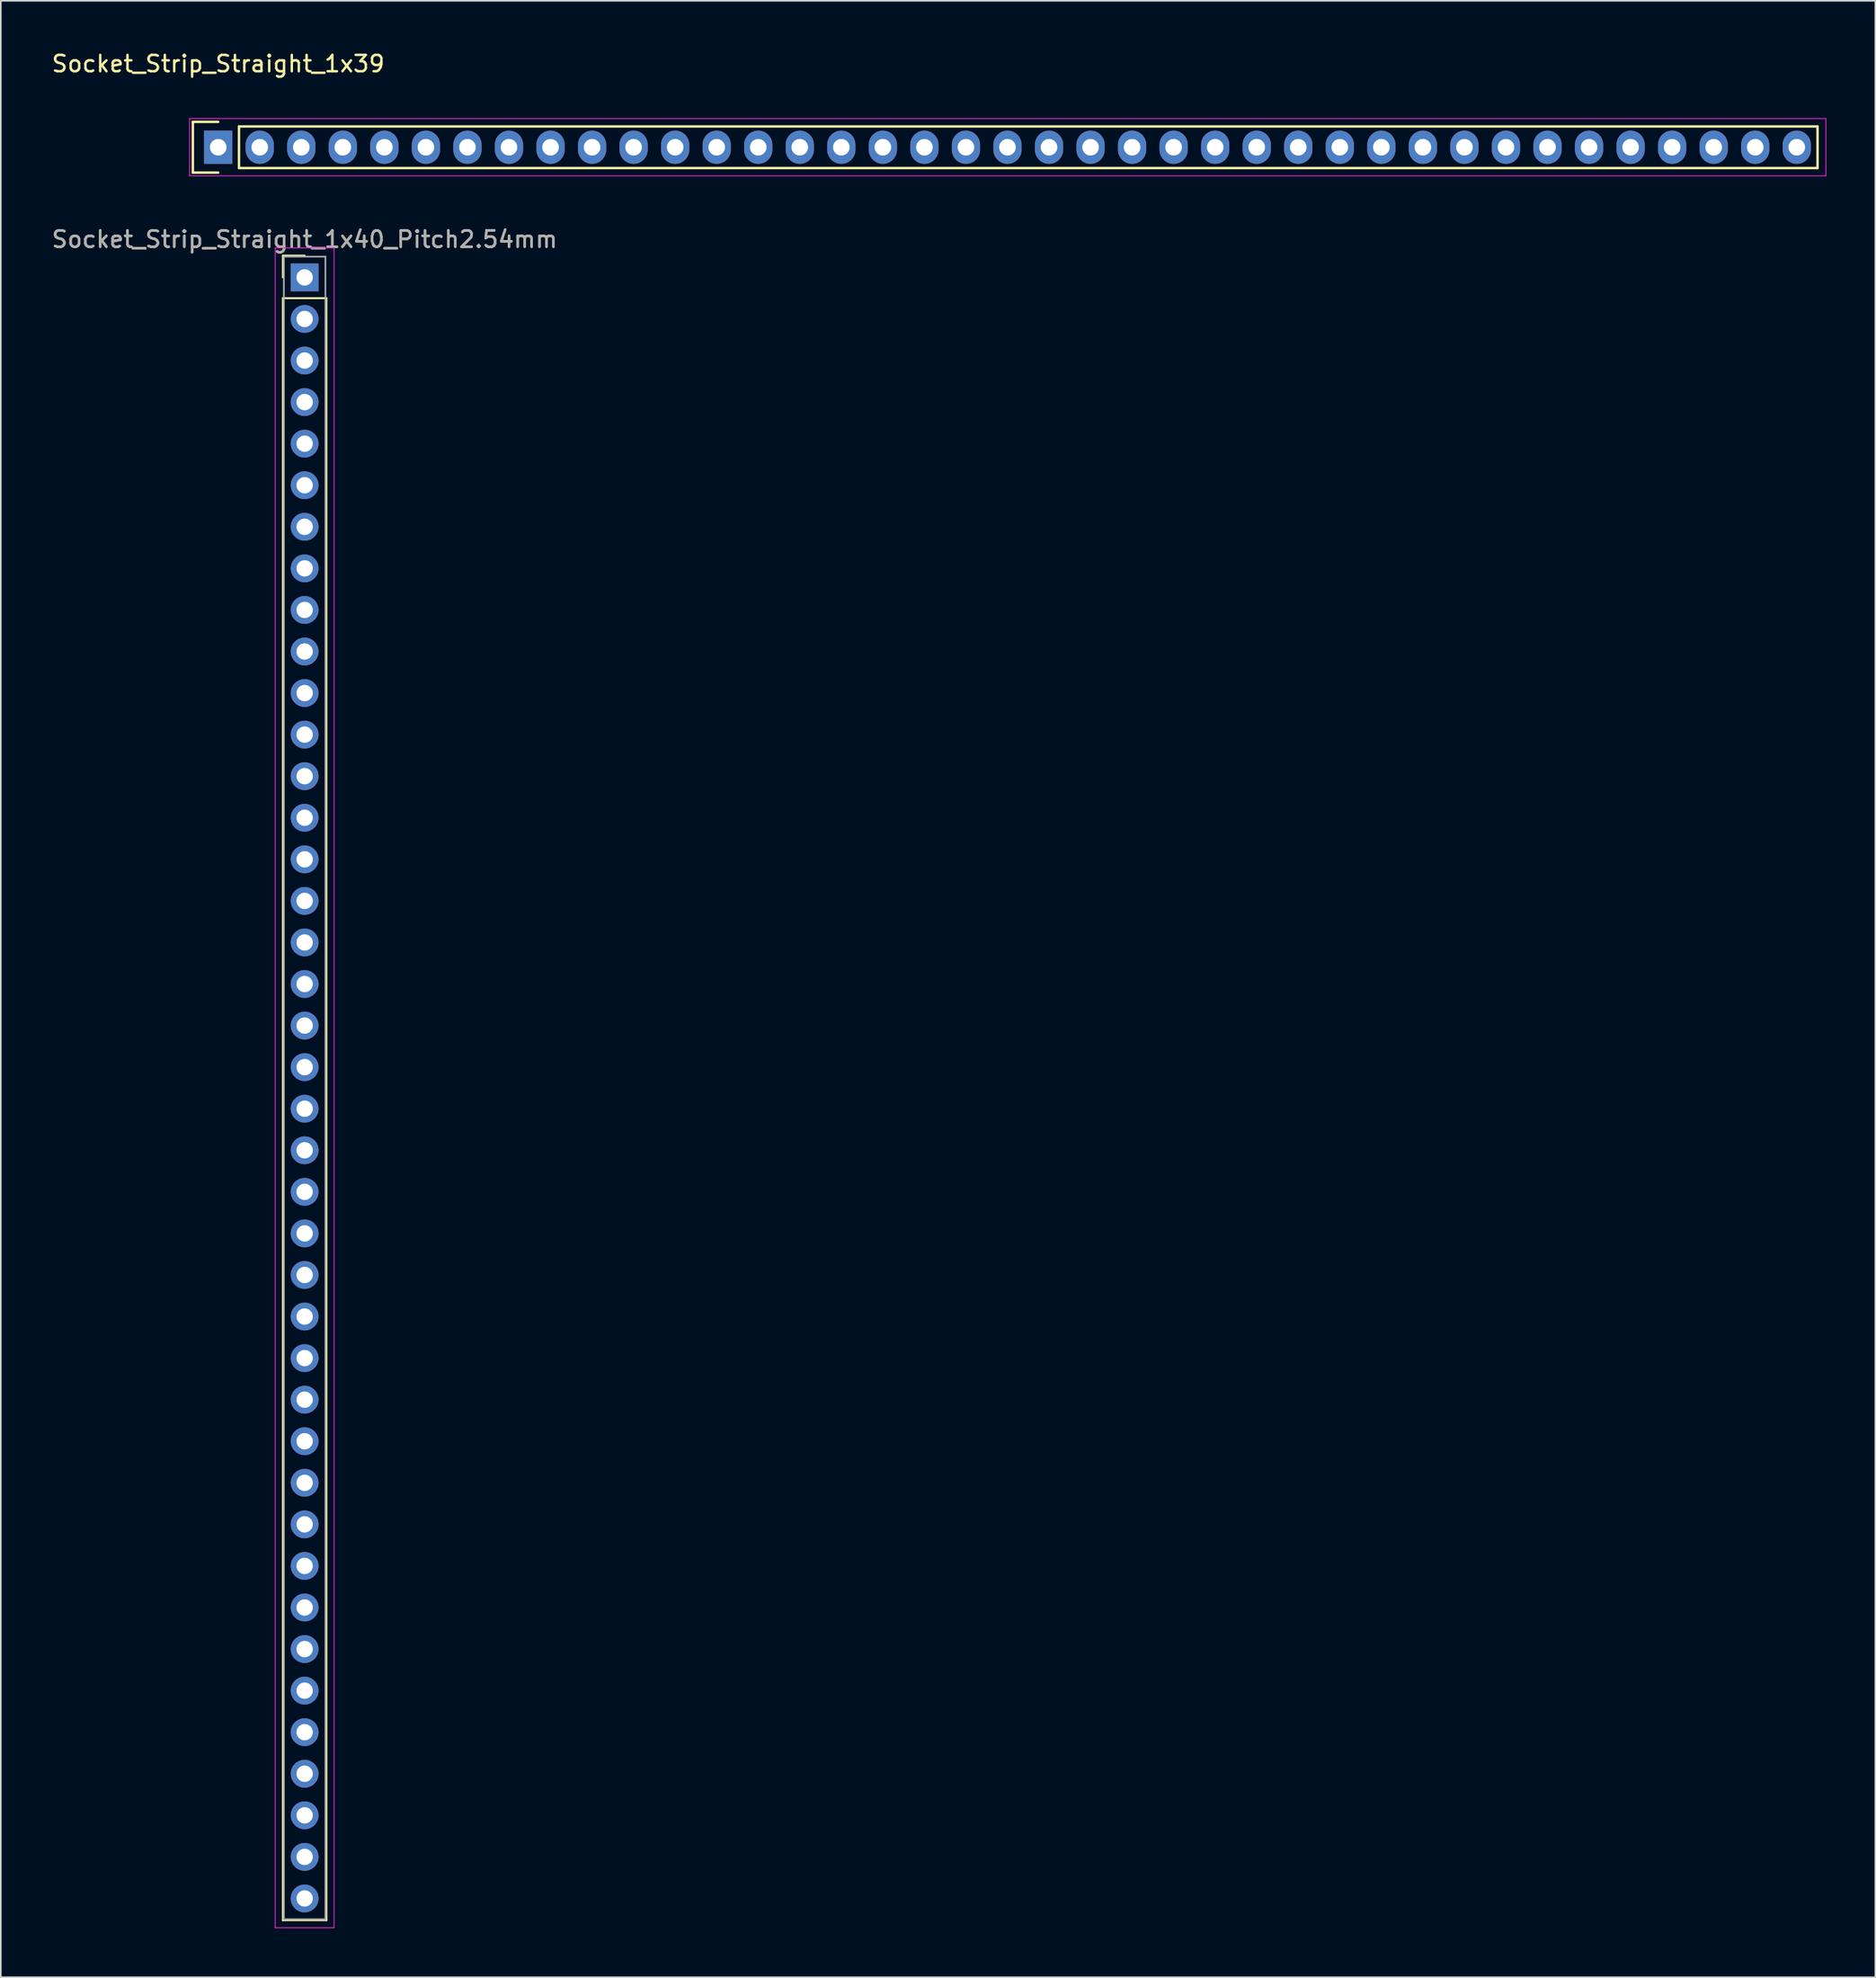
<source format=kicad_pcb>
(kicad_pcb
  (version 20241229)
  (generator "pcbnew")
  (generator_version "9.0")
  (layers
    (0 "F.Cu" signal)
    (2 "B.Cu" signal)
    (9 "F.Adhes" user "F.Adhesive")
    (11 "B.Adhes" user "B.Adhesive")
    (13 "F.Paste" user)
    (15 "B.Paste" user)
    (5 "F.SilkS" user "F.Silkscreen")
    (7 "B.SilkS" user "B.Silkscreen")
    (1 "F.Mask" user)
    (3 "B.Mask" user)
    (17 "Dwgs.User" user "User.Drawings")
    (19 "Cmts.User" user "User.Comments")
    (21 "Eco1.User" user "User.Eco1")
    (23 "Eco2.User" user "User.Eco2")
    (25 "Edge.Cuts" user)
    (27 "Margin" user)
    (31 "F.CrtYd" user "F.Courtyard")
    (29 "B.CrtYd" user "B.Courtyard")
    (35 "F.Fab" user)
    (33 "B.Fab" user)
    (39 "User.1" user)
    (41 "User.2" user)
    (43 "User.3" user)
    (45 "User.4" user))
  (footprint "Socket_Strip_Straight_1x39"
    (layer "F.Cu")
    (at 10.292 5.948)
    (property "Reference" "Socket_Strip_Straight_1x39" (at 0 -5.1 0) (layer "F.SilkS") (effects (font (size 1 1) (thickness 0.15))))
    (attr through_hole)
    (fp_line (start -1.55 -1.55) (end -1.55 1.55) (stroke (width 0.15) (type solid)) (layer "F.SilkS"))
    (fp_line (start -1.55 1.55) (end 0 1.55) (stroke (width 0.15) (type solid)) (layer "F.SilkS"))
    (fp_line (start 0 -1.55) (end -1.55 -1.55) (stroke (width 0.15) (type solid)) (layer "F.SilkS"))
    (fp_line (start 1.27 -1.27) (end 97.79 -1.27) (stroke (width 0.15) (type solid)) (layer "F.SilkS"))
    (fp_line (start 1.27 1.27) (end 1.27 -1.27) (stroke (width 0.15) (type solid)) (layer "F.SilkS"))
    (fp_line (start 97.79 -1.27) (end 97.79 1.27) (stroke (width 0.15) (type solid)) (layer "F.SilkS"))
    (fp_line (start 97.79 1.27) (end 1.27 1.27) (stroke (width 0.15) (type solid)) (layer "F.SilkS"))
    (fp_line (start -1.75 -1.75) (end -1.75 1.75) (stroke (width 0.05) (type solid)) (layer "F.CrtYd"))
    (fp_line (start -1.75 -1.75) (end 98.3 -1.75) (stroke (width 0.05) (type solid)) (layer "F.CrtYd"))
    (fp_line (start -1.75 1.75) (end 98.3 1.75) (stroke (width 0.05) (type solid)) (layer "F.CrtYd"))
    (fp_line (start 98.3 -1.75) (end 98.3 1.75) (stroke (width 0.05) (type solid)) (layer "F.CrtYd"))
    (pad "1" thru_hole rect (at 0 0) (size 1.727 2.032) (drill 1.016) (layers "*.Cu" "*.Mask"))
    (pad "2" thru_hole oval (at 2.54 0) (size 1.727 2.032) (drill 1.016) (layers "*.Cu" "*.Mask"))
    (pad "3" thru_hole oval (at 5.08 0) (size 1.727 2.032) (drill 1.016) (layers "*.Cu" "*.Mask"))
    (pad "4" thru_hole oval (at 7.62 0) (size 1.727 2.032) (drill 1.016) (layers "*.Cu" "*.Mask"))
    (pad "5" thru_hole oval (at 10.16 0) (size 1.727 2.032) (drill 1.016) (layers "*.Cu" "*.Mask"))
    (pad "6" thru_hole oval (at 12.7 0) (size 1.727 2.032) (drill 1.016) (layers "*.Cu" "*.Mask"))
    (pad "7" thru_hole oval (at 15.24 0) (size 1.727 2.032) (drill 1.016) (layers "*.Cu" "*.Mask"))
    (pad "8" thru_hole oval (at 17.78 0) (size 1.727 2.032) (drill 1.016) (layers "*.Cu" "*.Mask"))
    (pad "9" thru_hole oval (at 20.32 0) (size 1.727 2.032) (drill 1.016) (layers "*.Cu" "*.Mask"))
    (pad "10" thru_hole oval (at 22.86 0) (size 1.727 2.032) (drill 1.016) (layers "*.Cu" "*.Mask"))
    (pad "11" thru_hole oval (at 25.4 0) (size 1.727 2.032) (drill 1.016) (layers "*.Cu" "*.Mask"))
    (pad "12" thru_hole oval (at 27.94 0) (size 1.727 2.032) (drill 1.016) (layers "*.Cu" "*.Mask"))
    (pad "13" thru_hole oval (at 30.48 0) (size 1.727 2.032) (drill 1.016) (layers "*.Cu" "*.Mask"))
    (pad "14" thru_hole oval (at 33.02 0) (size 1.727 2.032) (drill 1.016) (layers "*.Cu" "*.Mask"))
    (pad "15" thru_hole oval (at 35.56 0) (size 1.727 2.032) (drill 1.016) (layers "*.Cu" "*.Mask"))
    (pad "16" thru_hole oval (at 38.1 0) (size 1.727 2.032) (drill 1.016) (layers "*.Cu" "*.Mask"))
    (pad "17" thru_hole oval (at 40.64 0) (size 1.727 2.032) (drill 1.016) (layers "*.Cu" "*.Mask"))
    (pad "18" thru_hole oval (at 43.18 0) (size 1.727 2.032) (drill 1.016) (layers "*.Cu" "*.Mask"))
    (pad "19" thru_hole oval (at 45.72 0) (size 1.727 2.032) (drill 1.016) (layers "*.Cu" "*.Mask"))
    (pad "20" thru_hole oval (at 48.26 0) (size 1.727 2.032) (drill 1.016) (layers "*.Cu" "*.Mask"))
    (pad "21" thru_hole oval (at 50.8 0) (size 1.727 2.032) (drill 1.016) (layers "*.Cu" "*.Mask"))
    (pad "22" thru_hole oval (at 53.34 0) (size 1.727 2.032) (drill 1.016) (layers "*.Cu" "*.Mask"))
    (pad "23" thru_hole oval (at 55.88 0) (size 1.727 2.032) (drill 1.016) (layers "*.Cu" "*.Mask"))
    (pad "24" thru_hole oval (at 58.42 0) (size 1.727 2.032) (drill 1.016) (layers "*.Cu" "*.Mask"))
    (pad "25" thru_hole oval (at 60.96 0) (size 1.727 2.032) (drill 1.016) (layers "*.Cu" "*.Mask"))
    (pad "26" thru_hole oval (at 63.5 0) (size 1.727 2.032) (drill 1.016) (layers "*.Cu" "*.Mask"))
    (pad "27" thru_hole oval (at 66.04 0) (size 1.727 2.032) (drill 1.016) (layers "*.Cu" "*.Mask"))
    (pad "28" thru_hole oval (at 68.58 0) (size 1.727 2.032) (drill 1.016) (layers "*.Cu" "*.Mask"))
    (pad "29" thru_hole oval (at 71.12 0) (size 1.727 2.032) (drill 1.016) (layers "*.Cu" "*.Mask"))
    (pad "30" thru_hole oval (at 73.66 0) (size 1.727 2.032) (drill 1.016) (layers "*.Cu" "*.Mask"))
    (pad "31" thru_hole oval (at 76.2 0) (size 1.727 2.032) (drill 1.016) (layers "*.Cu" "*.Mask"))
    (pad "32" thru_hole oval (at 78.74 0) (size 1.727 2.032) (drill 1.016) (layers "*.Cu" "*.Mask"))
    (pad "33" thru_hole oval (at 81.28 0) (size 1.727 2.032) (drill 1.016) (layers "*.Cu" "*.Mask"))
    (pad "34" thru_hole oval (at 83.82 0) (size 1.727 2.032) (drill 1.016) (layers "*.Cu" "*.Mask"))
    (pad "35" thru_hole oval (at 86.36 0) (size 1.727 2.032) (drill 1.016) (layers "*.Cu" "*.Mask"))
    (pad "36" thru_hole oval (at 88.9 0) (size 1.727 2.032) (drill 1.016) (layers "*.Cu" "*.Mask"))
    (pad "37" thru_hole oval (at 91.44 0) (size 1.727 2.032) (drill 1.016) (layers "*.Cu" "*.Mask"))
    (pad "38" thru_hole oval (at 93.98 0) (size 1.727 2.032) (drill 1.016) (layers "*.Cu" "*.Mask"))
    (pad "39" thru_hole oval (at 96.52 0) (size 1.727 2.032) (drill 1.016) (layers "*.Cu" "*.Mask")))
  (footprint "Socket_Strip_Straight_1x40_Pitch2.54mm"
    (layer "F.Cu")
    (at 15.577 13.902)
    (property "Reference" "Socket_Strip_Straight_1x40_Pitch2.54mm" (at 0 -2.33 0) (layer "F.SilkS") (effects (font (size 1 1) (thickness 0.15))))
    (attr through_hole)
    (fp_line (start -1.33 -1.33) (end 0 -1.33) (stroke (width 0.12) (type solid)) (layer "F.SilkS"))
    (fp_line (start -1.33 0) (end -1.33 -1.33) (stroke (width 0.12) (type solid)) (layer "F.SilkS"))
    (fp_line (start -1.33 1.27) (end -1.33 100.39) (stroke (width 0.12) (type solid)) (layer "F.SilkS"))
    (fp_line (start -1.33 100.39) (end 1.33 100.39) (stroke (width 0.12) (type solid)) (layer "F.SilkS"))
    (fp_line (start 1.33 1.27) (end -1.33 1.27) (stroke (width 0.12) (type solid)) (layer "F.SilkS"))
    (fp_line (start 1.33 100.39) (end 1.33 1.27) (stroke (width 0.12) (type solid)) (layer "F.SilkS"))
    (fp_line (start -1.8 -1.8) (end -1.8 100.85) (stroke (width 0.05) (type solid)) (layer "F.CrtYd"))
    (fp_line (start -1.8 100.85) (end 1.8 100.85) (stroke (width 0.05) (type solid)) (layer "F.CrtYd"))
    (fp_line (start 1.8 -1.8) (end -1.8 -1.8) (stroke (width 0.05) (type solid)) (layer "F.CrtYd"))
    (fp_line (start 1.8 100.85) (end 1.8 -1.8) (stroke (width 0.05) (type solid)) (layer "F.CrtYd"))
    (fp_line (start -1.27 -1.27) (end -1.27 100.33) (stroke (width 0.1) (type solid)) (layer "F.Fab"))
    (fp_line (start -1.27 100.33) (end 1.27 100.33) (stroke (width 0.1) (type solid)) (layer "F.Fab"))
    (fp_line (start 1.27 -1.27) (end -1.27 -1.27) (stroke (width 0.1) (type solid)) (layer "F.Fab"))
    (fp_line (start 1.27 100.33) (end 1.27 -1.27) (stroke (width 0.1) (type solid)) (layer "F.Fab"))
    (fp_text user "${REFERENCE}" (at 0 -2.33 0) (layer "F.Fab") (effects (font (size 1 1) (thickness 0.15))))
    (pad "1" thru_hole rect (at 0 0) (size 1.7 1.7) (drill 1) (layers "*.Cu" "*.Mask"))
    (pad "2" thru_hole oval (at 0 2.54) (size 1.7 1.7) (drill 1) (layers "*.Cu" "*.Mask"))
    (pad "3" thru_hole oval (at 0 5.08) (size 1.7 1.7) (drill 1) (layers "*.Cu" "*.Mask"))
    (pad "4" thru_hole oval (at 0 7.62) (size 1.7 1.7) (drill 1) (layers "*.Cu" "*.Mask"))
    (pad "5" thru_hole oval (at 0 10.16) (size 1.7 1.7) (drill 1) (layers "*.Cu" "*.Mask"))
    (pad "6" thru_hole oval (at 0 12.7) (size 1.7 1.7) (drill 1) (layers "*.Cu" "*.Mask"))
    (pad "7" thru_hole oval (at 0 15.24) (size 1.7 1.7) (drill 1) (layers "*.Cu" "*.Mask"))
    (pad "8" thru_hole oval (at 0 17.78) (size 1.7 1.7) (drill 1) (layers "*.Cu" "*.Mask"))
    (pad "9" thru_hole oval (at 0 20.32) (size 1.7 1.7) (drill 1) (layers "*.Cu" "*.Mask"))
    (pad "10" thru_hole oval (at 0 22.86) (size 1.7 1.7) (drill 1) (layers "*.Cu" "*.Mask"))
    (pad "11" thru_hole oval (at 0 25.4) (size 1.7 1.7) (drill 1) (layers "*.Cu" "*.Mask"))
    (pad "12" thru_hole oval (at 0 27.94) (size 1.7 1.7) (drill 1) (layers "*.Cu" "*.Mask"))
    (pad "13" thru_hole oval (at 0 30.48) (size 1.7 1.7) (drill 1) (layers "*.Cu" "*.Mask"))
    (pad "14" thru_hole oval (at 0 33.02) (size 1.7 1.7) (drill 1) (layers "*.Cu" "*.Mask"))
    (pad "15" thru_hole oval (at 0 35.56) (size 1.7 1.7) (drill 1) (layers "*.Cu" "*.Mask"))
    (pad "16" thru_hole oval (at 0 38.1) (size 1.7 1.7) (drill 1) (layers "*.Cu" "*.Mask"))
    (pad "17" thru_hole oval (at 0 40.64) (size 1.7 1.7) (drill 1) (layers "*.Cu" "*.Mask"))
    (pad "18" thru_hole oval (at 0 43.18) (size 1.7 1.7) (drill 1) (layers "*.Cu" "*.Mask"))
    (pad "19" thru_hole oval (at 0 45.72) (size 1.7 1.7) (drill 1) (layers "*.Cu" "*.Mask"))
    (pad "20" thru_hole oval (at 0 48.26) (size 1.7 1.7) (drill 1) (layers "*.Cu" "*.Mask"))
    (pad "21" thru_hole oval (at 0 50.8) (size 1.7 1.7) (drill 1) (layers "*.Cu" "*.Mask"))
    (pad "22" thru_hole oval (at 0 53.34) (size 1.7 1.7) (drill 1) (layers "*.Cu" "*.Mask"))
    (pad "23" thru_hole oval (at 0 55.88) (size 1.7 1.7) (drill 1) (layers "*.Cu" "*.Mask"))
    (pad "24" thru_hole oval (at 0 58.42) (size 1.7 1.7) (drill 1) (layers "*.Cu" "*.Mask"))
    (pad "25" thru_hole oval (at 0 60.96) (size 1.7 1.7) (drill 1) (layers "*.Cu" "*.Mask"))
    (pad "26" thru_hole oval (at 0 63.5) (size 1.7 1.7) (drill 1) (layers "*.Cu" "*.Mask"))
    (pad "27" thru_hole oval (at 0 66.04) (size 1.7 1.7) (drill 1) (layers "*.Cu" "*.Mask"))
    (pad "28" thru_hole oval (at 0 68.58) (size 1.7 1.7) (drill 1) (layers "*.Cu" "*.Mask"))
    (pad "29" thru_hole oval (at 0 71.12) (size 1.7 1.7) (drill 1) (layers "*.Cu" "*.Mask"))
    (pad "30" thru_hole oval (at 0 73.66) (size 1.7 1.7) (drill 1) (layers "*.Cu" "*.Mask"))
    (pad "31" thru_hole oval (at 0 76.2) (size 1.7 1.7) (drill 1) (layers "*.Cu" "*.Mask"))
    (pad "32" thru_hole oval (at 0 78.74) (size 1.7 1.7) (drill 1) (layers "*.Cu" "*.Mask"))
    (pad "33" thru_hole oval (at 0 81.28) (size 1.7 1.7) (drill 1) (layers "*.Cu" "*.Mask"))
    (pad "34" thru_hole oval (at 0 83.82) (size 1.7 1.7) (drill 1) (layers "*.Cu" "*.Mask"))
    (pad "35" thru_hole oval (at 0 86.36) (size 1.7 1.7) (drill 1) (layers "*.Cu" "*.Mask"))
    (pad "36" thru_hole oval (at 0 88.9) (size 1.7 1.7) (drill 1) (layers "*.Cu" "*.Mask"))
    (pad "37" thru_hole oval (at 0 91.44) (size 1.7 1.7) (drill 1) (layers "*.Cu" "*.Mask"))
    (pad "38" thru_hole oval (at 0 93.98) (size 1.7 1.7) (drill 1) (layers "*.Cu" "*.Mask"))
    (pad "39" thru_hole oval (at 0 96.52) (size 1.7 1.7) (drill 1) (layers "*.Cu" "*.Mask"))
    (pad "40" thru_hole oval (at 0 99.06) (size 1.7 1.7) (drill 1) (layers "*.Cu" "*.Mask")))
  (gr_rect
    (start -3 -3)
    (end 111.617 117.776)
    (stroke (width 0.1) (type default))
    (fill no)
    (layer "Edge.Cuts")))
</source>
